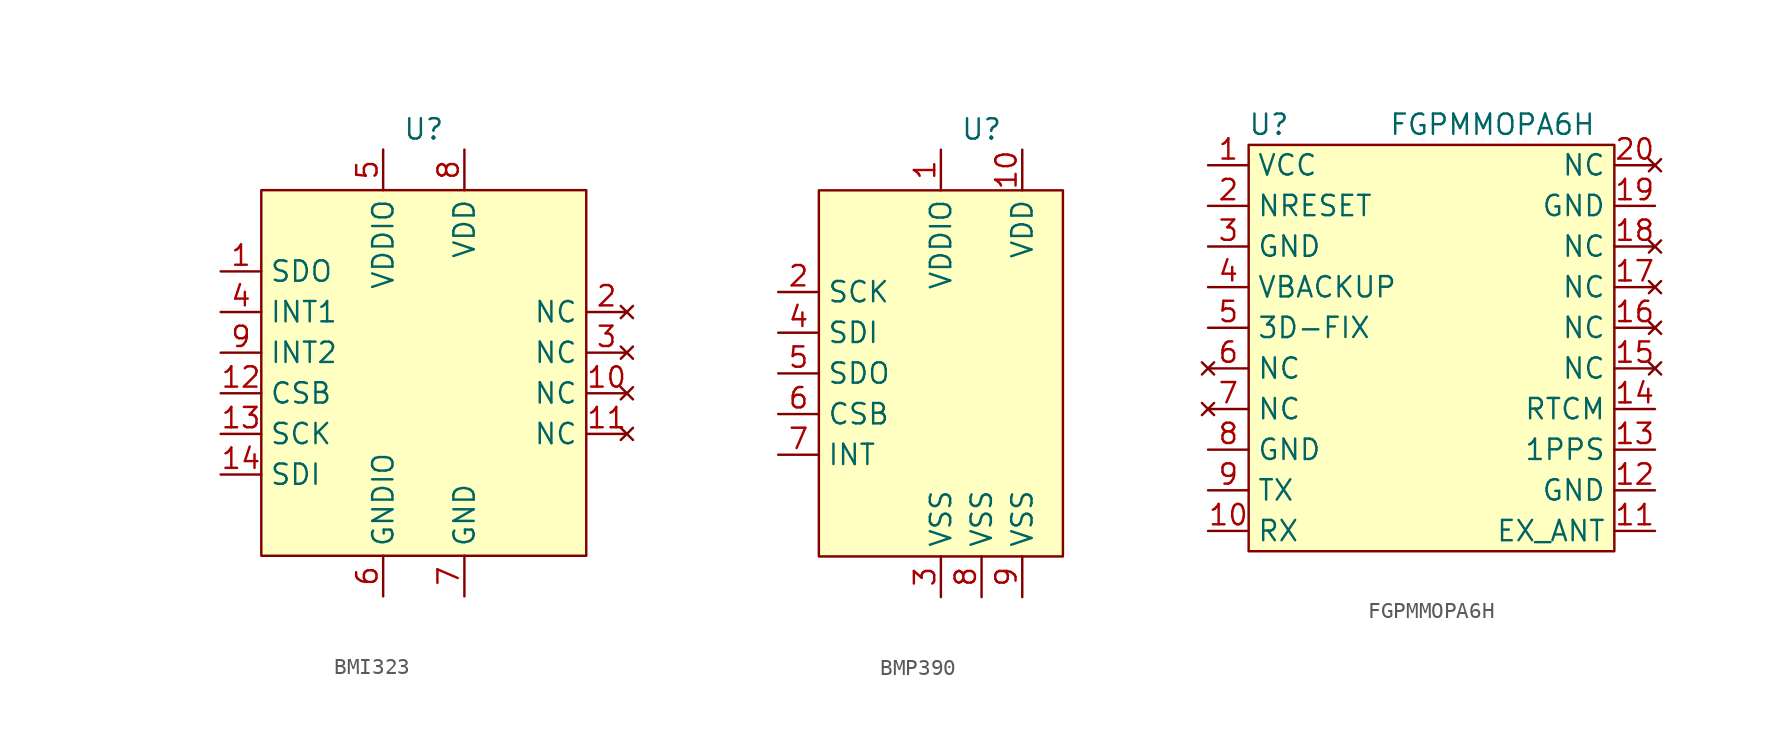
<source format=kicad_sym>
(kicad_symbol_lib
  (version 20220914)
  (generator kicad_symbol_editor)
  (symbol "BMI323"
    (property "Reference" "U"
      (at 0 15.24 0)
      (effects (font (size 1.27 1.27))))
    (property "Value" ""
      (at -19.05 7.62 0)
      (effects (font (size 1.27 1.27))))
    (symbol "BMI323_1_1"
      (rectangle (start -10.16 11.43) (end 10.16 -11.43) (stroke (width 0) (type default)) (fill (type background)))
      (pin output line (at -12.7 6.35 0) (length 2.54) (name "SDO" (effects (font (size 1.27 1.27)))) (number "1" (effects (font (size 1.27 1.27)))))
      (pin no_connect line (at 12.7 -1.27 180) (length 2.54) (name "NC" (effects (font (size 1.27 1.27)))) (number "10" (effects (font (size 1.27 1.27)))))
      (pin no_connect line (at 12.7 -3.81 180) (length 2.54) (name "NC" (effects (font (size 1.27 1.27)))) (number "11" (effects (font (size 1.27 1.27)))))
      (pin input line (at -12.7 -1.27 0) (length 2.54) (name "CSB" (effects (font (size 1.27 1.27)))) (number "12" (effects (font (size 1.27 1.27)))))
      (pin input line (at -12.7 -3.81 0) (length 2.54) (name "SCK" (effects (font (size 1.27 1.27)))) (number "13" (effects (font (size 1.27 1.27)))))
      (pin input line (at -12.7 -6.35 0) (length 2.54) (name "SDI" (effects (font (size 1.27 1.27)))) (number "14" (effects (font (size 1.27 1.27)))))
      (pin no_connect line (at 12.7 3.81 180) (length 2.54) (name "NC" (effects (font (size 1.27 1.27)))) (number "2" (effects (font (size 1.27 1.27)))))
      (pin no_connect line (at 12.7 1.27 180) (length 2.54) (name "NC" (effects (font (size 1.27 1.27)))) (number "3" (effects (font (size 1.27 1.27)))))
      (pin output line (at -12.7 3.81 0) (length 2.54) (name "INT1" (effects (font (size 1.27 1.27)))) (number "4" (effects (font (size 1.27 1.27)))))
      (pin power_in line (at -2.54 13.97 270) (length 2.54) (name "VDDIO" (effects (font (size 1.27 1.27)))) (number "5" (effects (font (size 1.27 1.27)))))
      (pin power_in line (at -2.54 -13.97 90) (length 2.54) (name "GNDIO" (effects (font (size 1.27 1.27)))) (number "6" (effects (font (size 1.27 1.27)))))
      (pin power_in line (at 2.54 -13.97 90) (length 2.54) (name "GND" (effects (font (size 1.27 1.27)))) (number "7" (effects (font (size 1.27 1.27)))))
      (pin power_in line (at 2.54 13.97 270) (length 2.54) (name "VDD" (effects (font (size 1.27 1.27)))) (number "8" (effects (font (size 1.27 1.27)))))
      (pin output line (at -12.7 1.27 0) (length 2.54) (name "INT2" (effects (font (size 1.27 1.27)))) (number "9" (effects (font (size 1.27 1.27)))))))
  (symbol "BMP390"
    (property "Reference" "U"
      (at 0 15.24 0)
      (effects (font (size 1.27 1.27))))
    (property "Value" ""
      (at -12.7 6.35 0)
      (effects (font (size 1.27 1.27))))
    (symbol "BMP390_1_1"
      (rectangle (start -10.16 11.43) (end 5.08 -11.43) (stroke (width 0) (type default)) (fill (type background)))
      (pin power_in line (at -2.54 13.97 270) (length 2.54) (name "VDDIO" (effects (font (size 1.27 1.27)))) (number "1" (effects (font (size 1.27 1.27)))))
      (pin power_in line (at 2.54 13.97 270) (length 2.54) (name "VDD" (effects (font (size 1.27 1.27)))) (number "10" (effects (font (size 1.27 1.27)))))
      (pin input line (at -12.7 5.08 0) (length 2.54) (name "SCK" (effects (font (size 1.27 1.27)))) (number "2" (effects (font (size 1.27 1.27)))))
      (pin power_in line (at -2.54 -13.97 90) (length 2.54) (name "VSS" (effects (font (size 1.27 1.27)))) (number "3" (effects (font (size 1.27 1.27)))))
      (pin input line (at -12.7 2.54 0) (length 2.54) (name "SDI" (effects (font (size 1.27 1.27)))) (number "4" (effects (font (size 1.27 1.27)))))
      (pin output line (at -12.7 0 0) (length 2.54) (name "SDO" (effects (font (size 1.27 1.27)))) (number "5" (effects (font (size 1.27 1.27)))))
      (pin input line (at -12.7 -2.54 0) (length 2.54) (name "CSB" (effects (font (size 1.27 1.27)))) (number "6" (effects (font (size 1.27 1.27)))))
      (pin output line (at -12.7 -5.08 0) (length 2.54) (name "INT" (effects (font (size 1.27 1.27)))) (number "7" (effects (font (size 1.27 1.27)))))
      (pin power_in line (at 0 -13.97 90) (length 2.54) (name "VSS" (effects (font (size 1.27 1.27)))) (number "8" (effects (font (size 1.27 1.27)))))
      (pin power_in line (at 2.54 -13.97 90) (length 2.54) (name "VSS" (effects (font (size 1.27 1.27)))) (number "9" (effects (font (size 1.27 1.27)))))))
  (symbol "FGPMMOPA6H"
    (property "Reference" "U"
      (at -1.27 -2.54 0)
      (effects (font (size 1.27 1.27))))
    (property "Value" "FGPMMOPA6H"
      (at 12.7 -2.54 0)
      (effects (font (size 1.27 1.27))))
    (symbol "FGPMMOPA6H_1_1"
      (rectangle (start -2.54 -3.81) (end 20.32 -29.21) (stroke (width 0) (type default)) (fill (type background)))
      (pin power_in line (at -5.08 -5.08 0) (length 2.54) (name "VCC" (effects (font (size 1.27 1.27)))) (number "1" (effects (font (size 1.27 1.27)))))
      (pin input line (at -5.08 -27.94 0) (length 2.54) (name "RX" (effects (font (size 1.27 1.27)))) (number "10" (effects (font (size 1.27 1.27)))))
      (pin power_out line (at 22.86 -27.94 180) (length 2.54) (name "EX_ANT" (effects (font (size 1.27 1.27)))) (number "11" (effects (font (size 1.27 1.27)))))
      (pin power_in line (at 22.86 -25.4 180) (length 2.54) (name "GND" (effects (font (size 1.27 1.27)))) (number "12" (effects (font (size 1.27 1.27)))))
      (pin output line (at 22.86 -22.86 180) (length 2.54) (name "1PPS" (effects (font (size 1.27 1.27)))) (number "13" (effects (font (size 1.27 1.27)))))
      (pin input line (at 22.86 -20.32 180) (length 2.54) (name "RTCM" (effects (font (size 1.27 1.27)))) (number "14" (effects (font (size 1.27 1.27)))))
      (pin no_connect line (at 22.86 -17.78 180) (length 2.54) (name "NC" (effects (font (size 1.27 1.27)))) (number "15" (effects (font (size 1.27 1.27)))))
      (pin no_connect line (at 22.86 -15.24 180) (length 2.54) (name "NC" (effects (font (size 1.27 1.27)))) (number "16" (effects (font (size 1.27 1.27)))))
      (pin no_connect line (at 22.86 -12.7 180) (length 2.54) (name "NC" (effects (font (size 1.27 1.27)))) (number "17" (effects (font (size 1.27 1.27)))))
      (pin no_connect line (at 22.86 -10.16 180) (length 2.54) (name "NC" (effects (font (size 1.27 1.27)))) (number "18" (effects (font (size 1.27 1.27)))))
      (pin power_in line (at 22.86 -7.62 180) (length 2.54) (name "GND" (effects (font (size 1.27 1.27)))) (number "19" (effects (font (size 1.27 1.27)))))
      (pin input line (at -5.08 -7.62 0) (length 2.54) (name "NRESET" (effects (font (size 1.27 1.27)))) (number "2" (effects (font (size 1.27 1.27)))))
      (pin no_connect line (at 22.86 -5.08 180) (length 2.54) (name "NC" (effects (font (size 1.27 1.27)))) (number "20" (effects (font (size 1.27 1.27)))))
      (pin power_in line (at -5.08 -10.16 0) (length 2.54) (name "GND" (effects (font (size 1.27 1.27)))) (number "3" (effects (font (size 1.27 1.27)))))
      (pin power_in line (at -5.08 -12.7 0) (length 2.54) (name "VBACKUP" (effects (font (size 1.27 1.27)))) (number "4" (effects (font (size 1.27 1.27)))))
      (pin output line (at -5.08 -15.24 0) (length 2.54) (name "3D-FIX" (effects (font (size 1.27 1.27)))) (number "5" (effects (font (size 1.27 1.27)))))
      (pin no_connect line (at -5.08 -17.78 0) (length 2.54) (name "NC" (effects (font (size 1.27 1.27)))) (number "6" (effects (font (size 1.27 1.27)))))
      (pin no_connect line (at -5.08 -20.32 0) (length 2.54) (name "NC" (effects (font (size 1.27 1.27)))) (number "7" (effects (font (size 1.27 1.27)))))
      (pin power_in line (at -5.08 -22.86 0) (length 2.54) (name "GND" (effects (font (size 1.27 1.27)))) (number "8" (effects (font (size 1.27 1.27)))))
      (pin output line (at -5.08 -25.4 0) (length 2.54) (name "TX" (effects (font (size 1.27 1.27)))) (number "9" (effects (font (size 1.27 1.27))))))))
</source>
